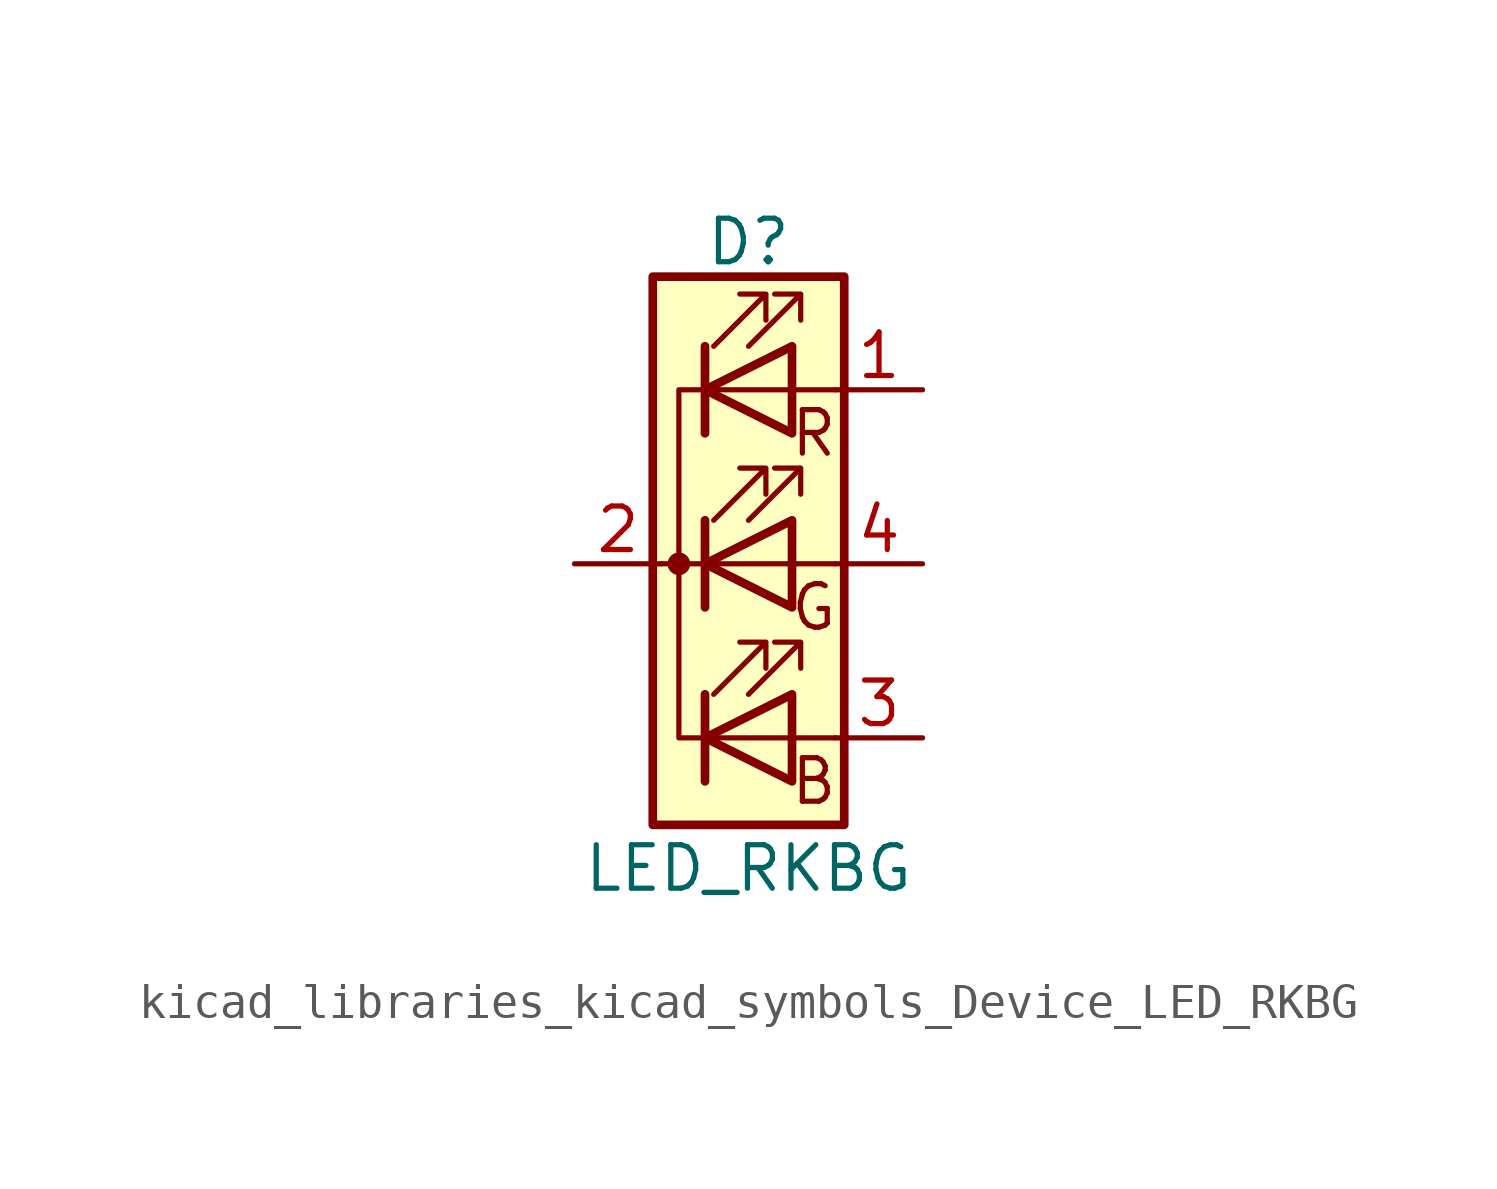
<source format=kicad_sym>
(kicad_symbol_lib
  (version 20220914)
  (generator kicad_symbol_editor)
  (symbol "kicad_libraries_kicad_symbols_Device_LED_RKBG"
    (pin_names
      (offset 0) hide)
    (property "Reference" "D"
      (at 0 9.398 0)
      (effects (font (size 1.27 1.27))))
    (property "Value" "LED_RKBG"
      (at 0 -8.89 0)
      (effects (font (size 1.27 1.27))))
    (symbol "kicad_libraries_kicad_symbols_Device_LED_RKBG_0_0"
      (text "B" (at 1.905 -6.35 0) (effects (font (size 1.27 1.27))))
      (text "G" (at 1.905 -1.27 0) (effects (font (size 1.27 1.27))))
      (text "R" (at 1.905 3.81 0) (effects (font (size 1.27 1.27)))))
    (symbol "kicad_libraries_kicad_symbols_Device_LED_RKBG_0_1"
      (circle (center -2.032 0) (radius 0.254) (stroke (width 0) (type default)) (fill (type outline)))
      (polyline (pts (xy -1.27 -5.08) (xy 1.27 -5.08)) (stroke (width 0) (type default)) (fill (type none)))
      (polyline (pts (xy -1.27 -3.81) (xy -1.27 -6.35)) (stroke (width 0.254) (type default)) (fill (type none)))
      (polyline (pts (xy -1.27 0) (xy -2.54 0)) (stroke (width 0) (type default)) (fill (type none)))
      (polyline (pts (xy -1.27 1.27) (xy -1.27 -1.27)) (stroke (width 0.254) (type default)) (fill (type none)))
      (polyline (pts (xy -1.27 5.08) (xy 1.27 5.08)) (stroke (width 0) (type default)) (fill (type none)))
      (polyline (pts (xy -1.27 6.35) (xy -1.27 3.81)) (stroke (width 0.254) (type default)) (fill (type none)))
      (polyline (pts (xy 1.27 -5.08) (xy 2.54 -5.08)) (stroke (width 0) (type default)) (fill (type none)))
      (polyline (pts (xy 1.27 0) (xy -1.27 0)) (stroke (width 0) (type default)) (fill (type none)))
      (polyline (pts (xy 1.27 0) (xy 2.54 0)) (stroke (width 0) (type default)) (fill (type none)))
      (polyline (pts (xy 1.27 5.08) (xy 2.54 5.08)) (stroke (width 0) (type default)) (fill (type none)))
      (polyline (pts (xy -1.27 1.27) (xy -1.27 -1.27) (xy -1.27 -1.27)) (stroke (width 0) (type default)) (fill (type none)))
      (polyline (pts (xy -1.27 6.35) (xy -1.27 3.81) (xy -1.27 3.81)) (stroke (width 0) (type default)) (fill (type none)))
      (polyline (pts (xy -1.27 5.08) (xy -2.032 5.08) (xy -2.032 -5.08) (xy -1.016 -5.08)) (stroke (width 0) (type default)) (fill (type none)))
      (polyline (pts (xy 1.27 -3.81) (xy 1.27 -6.35) (xy -1.27 -5.08) (xy 1.27 -3.81)) (stroke (width 0.254) (type default)) (fill (type none)))
      (polyline (pts (xy 1.27 1.27) (xy 1.27 -1.27) (xy -1.27 0) (xy 1.27 1.27)) (stroke (width 0.254) (type default)) (fill (type none)))
      (polyline (pts (xy 1.27 6.35) (xy 1.27 3.81) (xy -1.27 5.08) (xy 1.27 6.35)) (stroke (width 0.254) (type default)) (fill (type none)))
      (polyline (pts (xy -1.016 -3.81) (xy 0.508 -2.286) (xy -0.254 -2.286) (xy 0.508 -2.286) (xy 0.508 -3.048)) (stroke (width 0) (type default)) (fill (type none)))
      (polyline (pts (xy -1.016 1.27) (xy 0.508 2.794) (xy -0.254 2.794) (xy 0.508 2.794) (xy 0.508 2.032)) (stroke (width 0) (type default)) (fill (type none)))
      (polyline (pts (xy -1.016 6.35) (xy 0.508 7.874) (xy -0.254 7.874) (xy 0.508 7.874) (xy 0.508 7.112)) (stroke (width 0) (type default)) (fill (type none)))
      (polyline (pts (xy 0 -3.81) (xy 1.524 -2.286) (xy 0.762 -2.286) (xy 1.524 -2.286) (xy 1.524 -3.048)) (stroke (width 0) (type default)) (fill (type none)))
      (polyline (pts (xy 0 1.27) (xy 1.524 2.794) (xy 0.762 2.794) (xy 1.524 2.794) (xy 1.524 2.032)) (stroke (width 0) (type default)) (fill (type none)))
      (polyline (pts (xy 0 6.35) (xy 1.524 7.874) (xy 0.762 7.874) (xy 1.524 7.874) (xy 1.524 7.112)) (stroke (width 0) (type default)) (fill (type none)))
      (rectangle (start 1.27 -1.27) (end 1.27 1.27) (stroke (width 0) (type default)) (fill (type none)))
      (rectangle (start 1.27 1.27) (end 1.27 1.27) (stroke (width 0) (type default)) (fill (type none)))
      (rectangle (start 1.27 3.81) (end 1.27 6.35) (stroke (width 0) (type default)) (fill (type none)))
      (rectangle (start 1.27 6.35) (end 1.27 6.35) (stroke (width 0) (type default)) (fill (type none)))
      (rectangle (start 2.794 8.382) (end -2.794 -7.62) (stroke (width 0.254) (type default)) (fill (type background))))
    (symbol "kicad_libraries_kicad_symbols_Device_LED_RKBG_1_1"
      (pin passive line (at 5.08 5.08 180) (length 2.54) (name "RA" (effects (font (size 1.27 1.27)))) (number "1" (effects (font (size 1.27 1.27)))))
      (pin passive line (at -5.08 0 0) (length 2.54) (name "K" (effects (font (size 1.27 1.27)))) (number "2" (effects (font (size 1.27 1.27)))))
      (pin passive line (at 5.08 -5.08 180) (length 2.54) (name "BA" (effects (font (size 1.27 1.27)))) (number "3" (effects (font (size 1.27 1.27)))))
      (pin passive line (at 5.08 0 180) (length 2.54) (name "GA" (effects (font (size 1.27 1.27)))) (number "4" (effects (font (size 1.27 1.27))))))))
</source>
